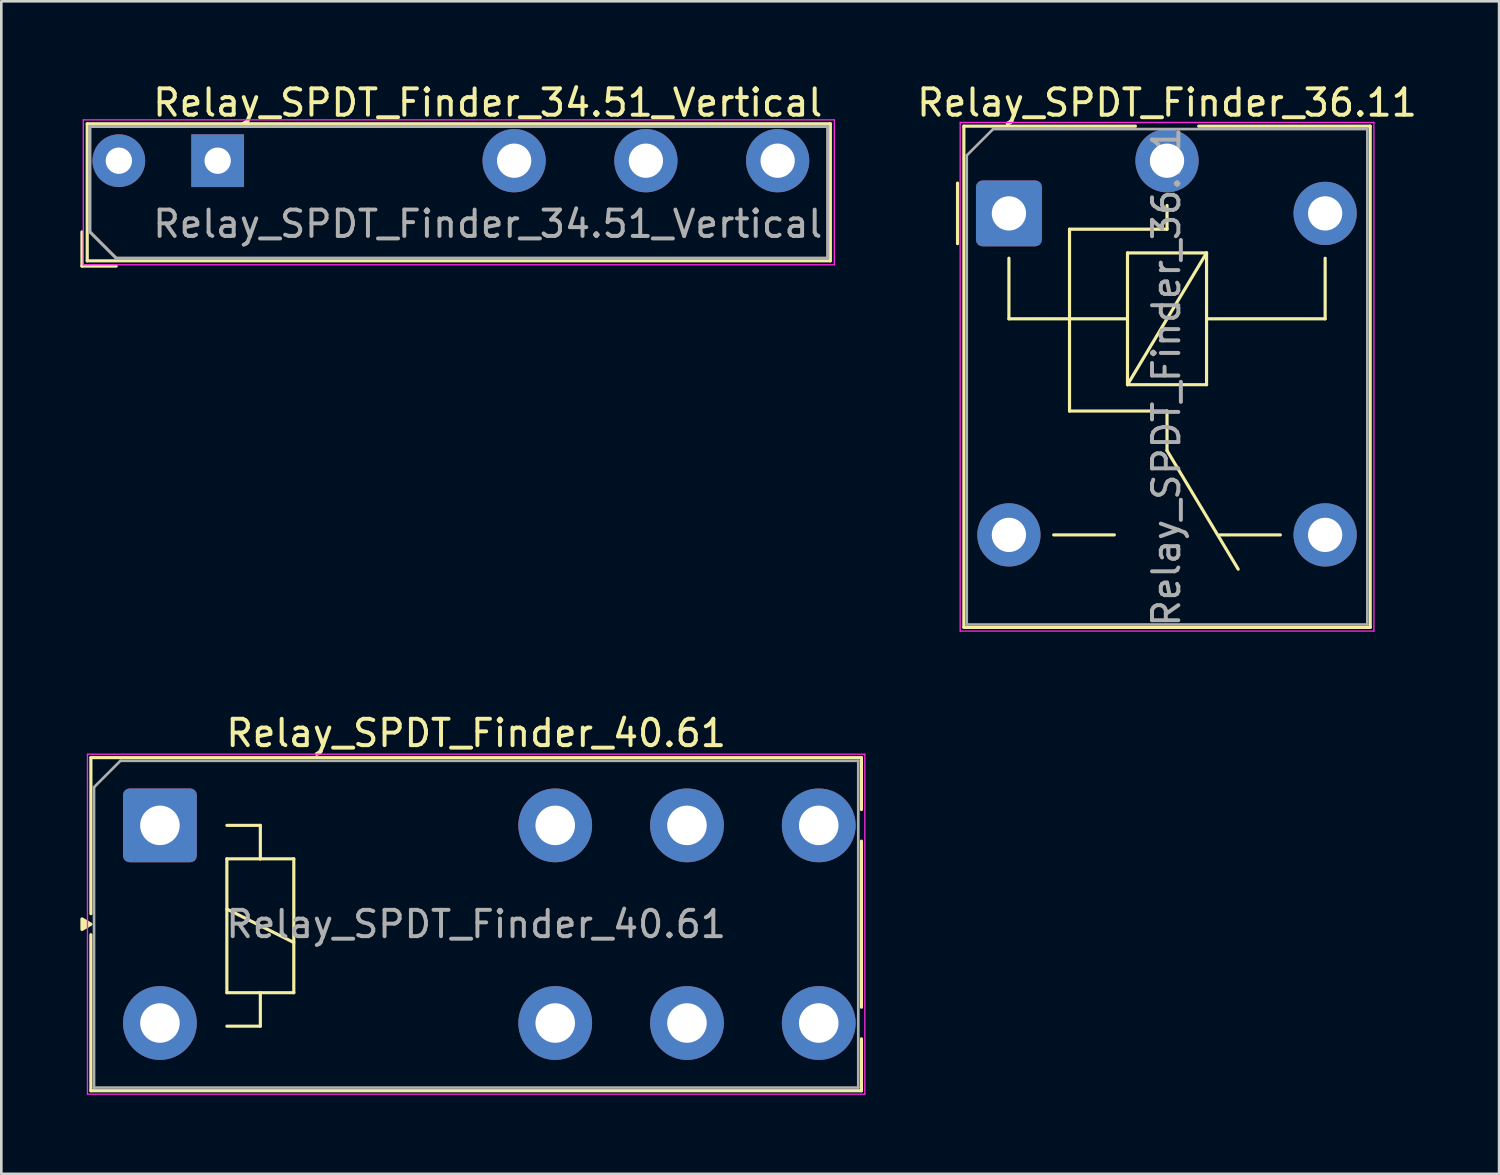
<source format=kicad_pcb>
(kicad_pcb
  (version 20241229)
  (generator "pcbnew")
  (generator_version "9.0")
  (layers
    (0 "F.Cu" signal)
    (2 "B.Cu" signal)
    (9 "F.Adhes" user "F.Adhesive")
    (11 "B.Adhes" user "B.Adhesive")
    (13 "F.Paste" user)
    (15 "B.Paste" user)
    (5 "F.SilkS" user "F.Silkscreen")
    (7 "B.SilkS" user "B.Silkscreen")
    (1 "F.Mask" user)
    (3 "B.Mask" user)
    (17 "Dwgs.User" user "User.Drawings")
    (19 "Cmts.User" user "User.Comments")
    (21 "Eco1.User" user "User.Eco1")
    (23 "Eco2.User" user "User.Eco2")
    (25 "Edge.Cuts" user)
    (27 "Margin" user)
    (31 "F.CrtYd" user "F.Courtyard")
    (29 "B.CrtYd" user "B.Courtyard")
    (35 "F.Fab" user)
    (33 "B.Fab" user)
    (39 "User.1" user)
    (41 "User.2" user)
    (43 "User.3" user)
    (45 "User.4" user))
  (footprint "Relay_SPDT_Finder_34.51_Vertical"
    (layer "F.Cu")
    (at 5.21 3.048)
    (property "Reference" "Relay_SPDT_Finder_34.51_Vertical" (at 10.25 -2.2 0) (layer "F.SilkS") (effects (font (size 1 1) (thickness 0.15))))
    (attr through_hole)
    (fp_line (start -5.15 4) (end -5.15 2.7) (stroke (width 0.12) (type solid)) (layer "F.SilkS"))
    (fp_line (start -4.95 -1.4) (end 23.25 -1.4) (stroke (width 0.12) (type solid)) (layer "F.SilkS"))
    (fp_line (start -4.95 3.8) (end -4.95 -1.4) (stroke (width 0.12) (type solid)) (layer "F.SilkS"))
    (fp_line (start -3.85 4) (end -5.15 4) (stroke (width 0.12) (type solid)) (layer "F.SilkS"))
    (fp_line (start 23.25 -1.4) (end 23.25 3.8) (stroke (width 0.12) (type solid)) (layer "F.SilkS"))
    (fp_line (start 23.25 3.8) (end -4.95 3.8) (stroke (width 0.12) (type solid)) (layer "F.SilkS"))
    (fp_line (start -5.1 -1.55) (end -5.1 3.95) (stroke (width 0.05) (type solid)) (layer "F.CrtYd"))
    (fp_line (start -5.1 -1.55) (end 23.4 -1.55) (stroke (width 0.05) (type solid)) (layer "F.CrtYd"))
    (fp_line (start 23.4 3.95) (end -5.1 3.95) (stroke (width 0.05) (type solid)) (layer "F.CrtYd"))
    (fp_line (start 23.4 3.95) (end 23.4 -1.55) (stroke (width 0.05) (type solid)) (layer "F.CrtYd"))
    (fp_line (start -4.85 -1.3) (end 23.15 -1.3) (stroke (width 0.12) (type solid)) (layer "F.Fab"))
    (fp_line (start -4.85 2.7) (end -4.85 -1.3) (stroke (width 0.12) (type solid)) (layer "F.Fab"))
    (fp_line (start -3.85 3.7) (end -4.85 2.7) (stroke (width 0.12) (type solid)) (layer "F.Fab"))
    (fp_line (start 23.15 -1.3) (end 23.15 3.7) (stroke (width 0.12) (type solid)) (layer "F.Fab"))
    (fp_line (start 23.15 3.7) (end -3.85 3.7) (stroke (width 0.12) (type solid)) (layer "F.Fab"))
    (fp_text user "${REFERENCE}" (at 10.25 2.4 0) (layer "F.Fab") (effects (font (size 1 1) (thickness 0.15))))
    (pad "11" thru_hole circle (at 16.25 0) (size 2.4 2.4) (drill 1.3) (layers "*.Cu" "*.Mask"))
    (pad "12" thru_hole circle (at 11.25 0) (size 2.4 2.4) (drill 1.3) (layers "*.Cu" "*.Mask"))
    (pad "14" thru_hole circle (at 21.25 0) (size 2.4 2.4) (drill 1.3) (layers "*.Cu" "*.Mask"))
    (pad "A1" thru_hole rect (at 0 0) (size 2 2) (drill 1) (layers "*.Cu" "*.Mask"))
    (pad "A2" thru_hole circle (at -3.75 0) (size 2 2) (drill 1) (layers "*.Cu" "*.Mask")))
  (footprint "Relay_SPDT_Finder_40.61"
    (layer "F.Cu")
    (at 3.019 28.271)
    (property "Reference" "Relay_SPDT_Finder_40.61" (at 12 -3.5 0) (layer "F.SilkS") (effects (font (size 1 1) (thickness 0.15))))
    (attr through_hole)
    (fp_line (start -2.62 -2.57) (end 26.62 -2.57) (stroke (width 0.12) (type solid)) (layer "F.SilkS"))
    (fp_line (start -2.62 3.35) (end -2.62 -2.57) (stroke (width 0.12) (type solid)) (layer "F.SilkS"))
    (fp_line (start -2.62 4.15) (end -2.62 10.07) (stroke (width 0.12) (type solid)) (layer "F.SilkS"))
    (fp_line (start 2.54 0) (end 3.81 0) (stroke (width 0.12) (type solid)) (layer "F.SilkS"))
    (fp_line (start 2.54 1.27) (end 3.81 1.27) (stroke (width 0.12) (type solid)) (layer "F.SilkS"))
    (fp_line (start 2.54 3.175) (end 5.08 4.445) (stroke (width 0.12) (type solid)) (layer "F.SilkS"))
    (fp_line (start 2.54 6.35) (end 2.54 1.27) (stroke (width 0.12) (type solid)) (layer "F.SilkS"))
    (fp_line (start 3.81 0) (end 3.81 1.27) (stroke (width 0.12) (type solid)) (layer "F.SilkS"))
    (fp_line (start 3.81 1.27) (end 5.08 1.27) (stroke (width 0.12) (type solid)) (layer "F.SilkS"))
    (fp_line (start 3.81 6.35) (end 3.81 7.62) (stroke (width 0.12) (type solid)) (layer "F.SilkS"))
    (fp_line (start 3.81 7.62) (end 2.54 7.62) (stroke (width 0.12) (type solid)) (layer "F.SilkS"))
    (fp_line (start 5.08 1.27) (end 5.08 6.35) (stroke (width 0.12) (type solid)) (layer "F.SilkS"))
    (fp_line (start 5.08 6.35) (end 2.54 6.35) (stroke (width 0.12) (type solid)) (layer "F.SilkS"))
    (fp_line (start 26.62 -0.6) (end 26.62 -2.57) (stroke (width 0.12) (type solid)) (layer "F.SilkS"))
    (fp_line (start 26.62 0.6) (end 26.62 6.9) (stroke (width 0.12) (type solid)) (layer "F.SilkS"))
    (fp_line (start 26.62 10.07) (end -2.62 10.07) (stroke (width 0.12) (type solid)) (layer "F.SilkS"))
    (fp_line (start 26.62 10.07) (end 26.62 8.1) (stroke (width 0.12) (type solid)) (layer "F.SilkS"))
    (fp_poly (pts (xy -2.62 3.75) (xy -2.959 3.95) (xy -2.959 3.55) (xy -2.62 3.75)) (stroke (width 0.12) (type solid)) (fill yes) (layer "F.SilkS"))
    (fp_line (start -2.75 -2.7) (end -2.75 10.2) (stroke (width 0.05) (type solid)) (layer "F.CrtYd"))
    (fp_line (start -2.75 -2.7) (end 26.75 -2.7) (stroke (width 0.05) (type solid)) (layer "F.CrtYd"))
    (fp_line (start 26.75 10.2) (end -2.75 10.2) (stroke (width 0.05) (type solid)) (layer "F.CrtYd"))
    (fp_line (start 26.75 10.2) (end 26.75 -2.7) (stroke (width 0.05) (type solid)) (layer "F.CrtYd"))
    (fp_line (start -2.5 -1.45) (end -1.5 -2.45) (stroke (width 0.1) (type default)) (layer "F.Fab"))
    (fp_line (start -2.5 9.95) (end -2.5 -1.45) (stroke (width 0.1) (type solid)) (layer "F.Fab"))
    (fp_line (start -2.5 9.95) (end 26.5 9.95) (stroke (width 0.1) (type solid)) (layer "F.Fab"))
    (fp_line (start 26.5 -2.45) (end -1.5 -2.45) (stroke (width 0.1) (type solid)) (layer "F.Fab"))
    (fp_line (start 26.5 9.95) (end 26.5 -2.45) (stroke (width 0.1) (type solid)) (layer "F.Fab"))
    (fp_text user "${REFERENCE}" (at 12 3.75 0) (layer "F.Fab") (effects (font (size 1 1) (thickness 0.15))))
    (pad "11" thru_hole circle (at 20 0) (size 2.8 2.8) (drill 1.5) (layers "*.Cu" "*.Mask"))
    (pad "12" thru_hole circle (at 15 0) (size 2.8 2.8) (drill 1.5) (layers "*.Cu" "*.Mask"))
    (pad "14" thru_hole circle (at 25 0) (size 2.8 2.8) (drill 1.5) (layers "*.Cu" "*.Mask"))
    (pad "21" thru_hole circle (at 20 7.5) (size 2.8 2.8) (drill 1.5) (layers "*.Cu" "*.Mask"))
    (pad "22" thru_hole circle (at 15 7.5) (size 2.8 2.8) (drill 1.5) (layers "*.Cu" "*.Mask"))
    (pad "24" thru_hole circle (at 25 7.5) (size 2.8 2.8) (drill 1.5) (layers "*.Cu" "*.Mask"))
    (pad "A1" thru_hole roundrect (at 0 0) (size 2.8 2.8) (drill 1.5) (layers "*.Cu" "*.Mask") (roundrect_rratio 0.089))
    (pad "A2" thru_hole circle (at 0 7.5) (size 2.8 2.8) (drill 1.5) (layers "*.Cu" "*.Mask")))
  (footprint "Relay_SPDT_Finder_36.11"
    (layer "F.Cu")
    (at 35.236 5.048)
    (property "Reference" "Relay_SPDT_Finder_36.11" (at 6 -4.2 0) (layer "F.SilkS") (effects (font (size 1 1) (thickness 0.15))))
    (attr through_hole)
    (fp_line (start -1.95 -1.15) (end -1.95 1.15) (stroke (width 0.12) (type default)) (layer "F.SilkS"))
    (fp_line (start -1.71 15.7) (end -1.71 -3.31) (stroke (width 0.12) (type solid)) (layer "F.SilkS"))
    (fp_line (start 0 1.7) (end 0 4) (stroke (width 0.12) (type solid)) (layer "F.SilkS"))
    (fp_line (start 1.7 12.2) (end 4 12.2) (stroke (width 0.12) (type solid)) (layer "F.SilkS"))
    (fp_line (start 2.3 7.5) (end 2.3 0.6) (stroke (width 0.12) (type solid)) (layer "F.SilkS"))
    (fp_line (start 4.5 1.5) (end 7.5 1.5) (stroke (width 0.12) (type solid)) (layer "F.SilkS"))
    (fp_line (start 4.5 4) (end 0 4) (stroke (width 0.12) (type solid)) (layer "F.SilkS"))
    (fp_line (start 4.5 6.5) (end 4.5 1.5) (stroke (width 0.12) (type solid)) (layer "F.SilkS"))
    (fp_line (start 4.5 6.5) (end 7.5 1.5) (stroke (width 0.12) (type solid)) (layer "F.SilkS"))
    (fp_line (start 4.8 -3.31) (end -1.71 -3.31) (stroke (width 0.12) (type solid)) (layer "F.SilkS"))
    (fp_line (start 6 0.6) (end 2.3 0.6) (stroke (width 0.12) (type solid)) (layer "F.SilkS"))
    (fp_line (start 6 0.6) (end 6 -0.3) (stroke (width 0.12) (type solid)) (layer "F.SilkS"))
    (fp_line (start 6 7.5) (end 2.3 7.5) (stroke (width 0.12) (type solid)) (layer "F.SilkS"))
    (fp_line (start 6 7.5) (end 6 9) (stroke (width 0.12) (type solid)) (layer "F.SilkS"))
    (fp_line (start 6 9) (end 8.7 13.5) (stroke (width 0.12) (type solid)) (layer "F.SilkS"))
    (fp_line (start 7.5 1.5) (end 7.5 6.5) (stroke (width 0.12) (type solid)) (layer "F.SilkS"))
    (fp_line (start 7.5 6.5) (end 4.5 6.5) (stroke (width 0.12) (type solid)) (layer "F.SilkS"))
    (fp_line (start 10.3 12.2) (end 8 12.2) (stroke (width 0.12) (type solid)) (layer "F.SilkS"))
    (fp_line (start 12 4) (end 7.5 4) (stroke (width 0.12) (type solid)) (layer "F.SilkS"))
    (fp_line (start 12 4) (end 12 1.7) (stroke (width 0.12) (type solid)) (layer "F.SilkS"))
    (fp_line (start 13.71 -3.31) (end 7.2 -3.31) (stroke (width 0.12) (type solid)) (layer "F.SilkS"))
    (fp_line (start 13.71 -3.31) (end 13.71 15.71) (stroke (width 0.12) (type solid)) (layer "F.SilkS"))
    (fp_line (start 13.71 15.71) (end -1.71 15.71) (stroke (width 0.12) (type solid)) (layer "F.SilkS"))
    (fp_line (start -1.85 -3.45) (end -1.85 15.85) (stroke (width 0.05) (type solid)) (layer "F.CrtYd"))
    (fp_line (start -1.85 -3.45) (end 13.85 -3.45) (stroke (width 0.05) (type solid)) (layer "F.CrtYd"))
    (fp_line (start 13.85 15.85) (end -1.85 15.85) (stroke (width 0.05) (type solid)) (layer "F.CrtYd"))
    (fp_line (start 13.85 15.85) (end 13.85 -3.45) (stroke (width 0.05) (type solid)) (layer "F.CrtYd"))
    (fp_line (start -1.6 15.6) (end -1.6 -2.2) (stroke (width 0.1) (type solid)) (layer "F.Fab"))
    (fp_line (start -0.6 -3.2) (end -1.6 -2.2) (stroke (width 0.1) (type default)) (layer "F.Fab"))
    (fp_line (start -0.6 -3.2) (end 13.6 -3.2) (stroke (width 0.1) (type solid)) (layer "F.Fab"))
    (fp_line (start 13.6 -3.2) (end 13.6 15.6) (stroke (width 0.1) (type solid)) (layer "F.Fab"))
    (fp_line (start 13.6 15.6) (end -1.6 15.6) (stroke (width 0.1) (type solid)) (layer "F.Fab"))
    (fp_text user "${REFERENCE}" (at 5.975 6.2 270) (layer "F.Fab") (effects (font (size 1 1) (thickness 0.15))))
    (pad "11" thru_hole circle (at 6 -2) (size 2.4 2.4) (drill 1.3) (layers "*.Cu" "*.Mask"))
    (pad "12" thru_hole circle (at 12 12.2) (size 2.4 2.4) (drill 1.3) (layers "*.Cu" "*.Mask"))
    (pad "14" thru_hole circle (at 0 12.2) (size 2.4 2.4) (drill 1.3) (layers "*.Cu" "*.Mask"))
    (pad "A1" thru_hole roundrect (at 0 0) (size 2.5 2.5) (drill 1.3) (layers "*.Cu" "*.Mask") (roundrect_rratio 0.1))
    (pad "A2" thru_hole circle (at 12 0) (size 2.4 2.4) (drill 1.3) (layers "*.Cu" "*.Mask")))
  (gr_rect
    (start -3 -3)
    (end 53.837 41.496)
    (stroke (width 0.1) (type default))
    (fill no)
    (layer "Edge.Cuts")))
</source>
